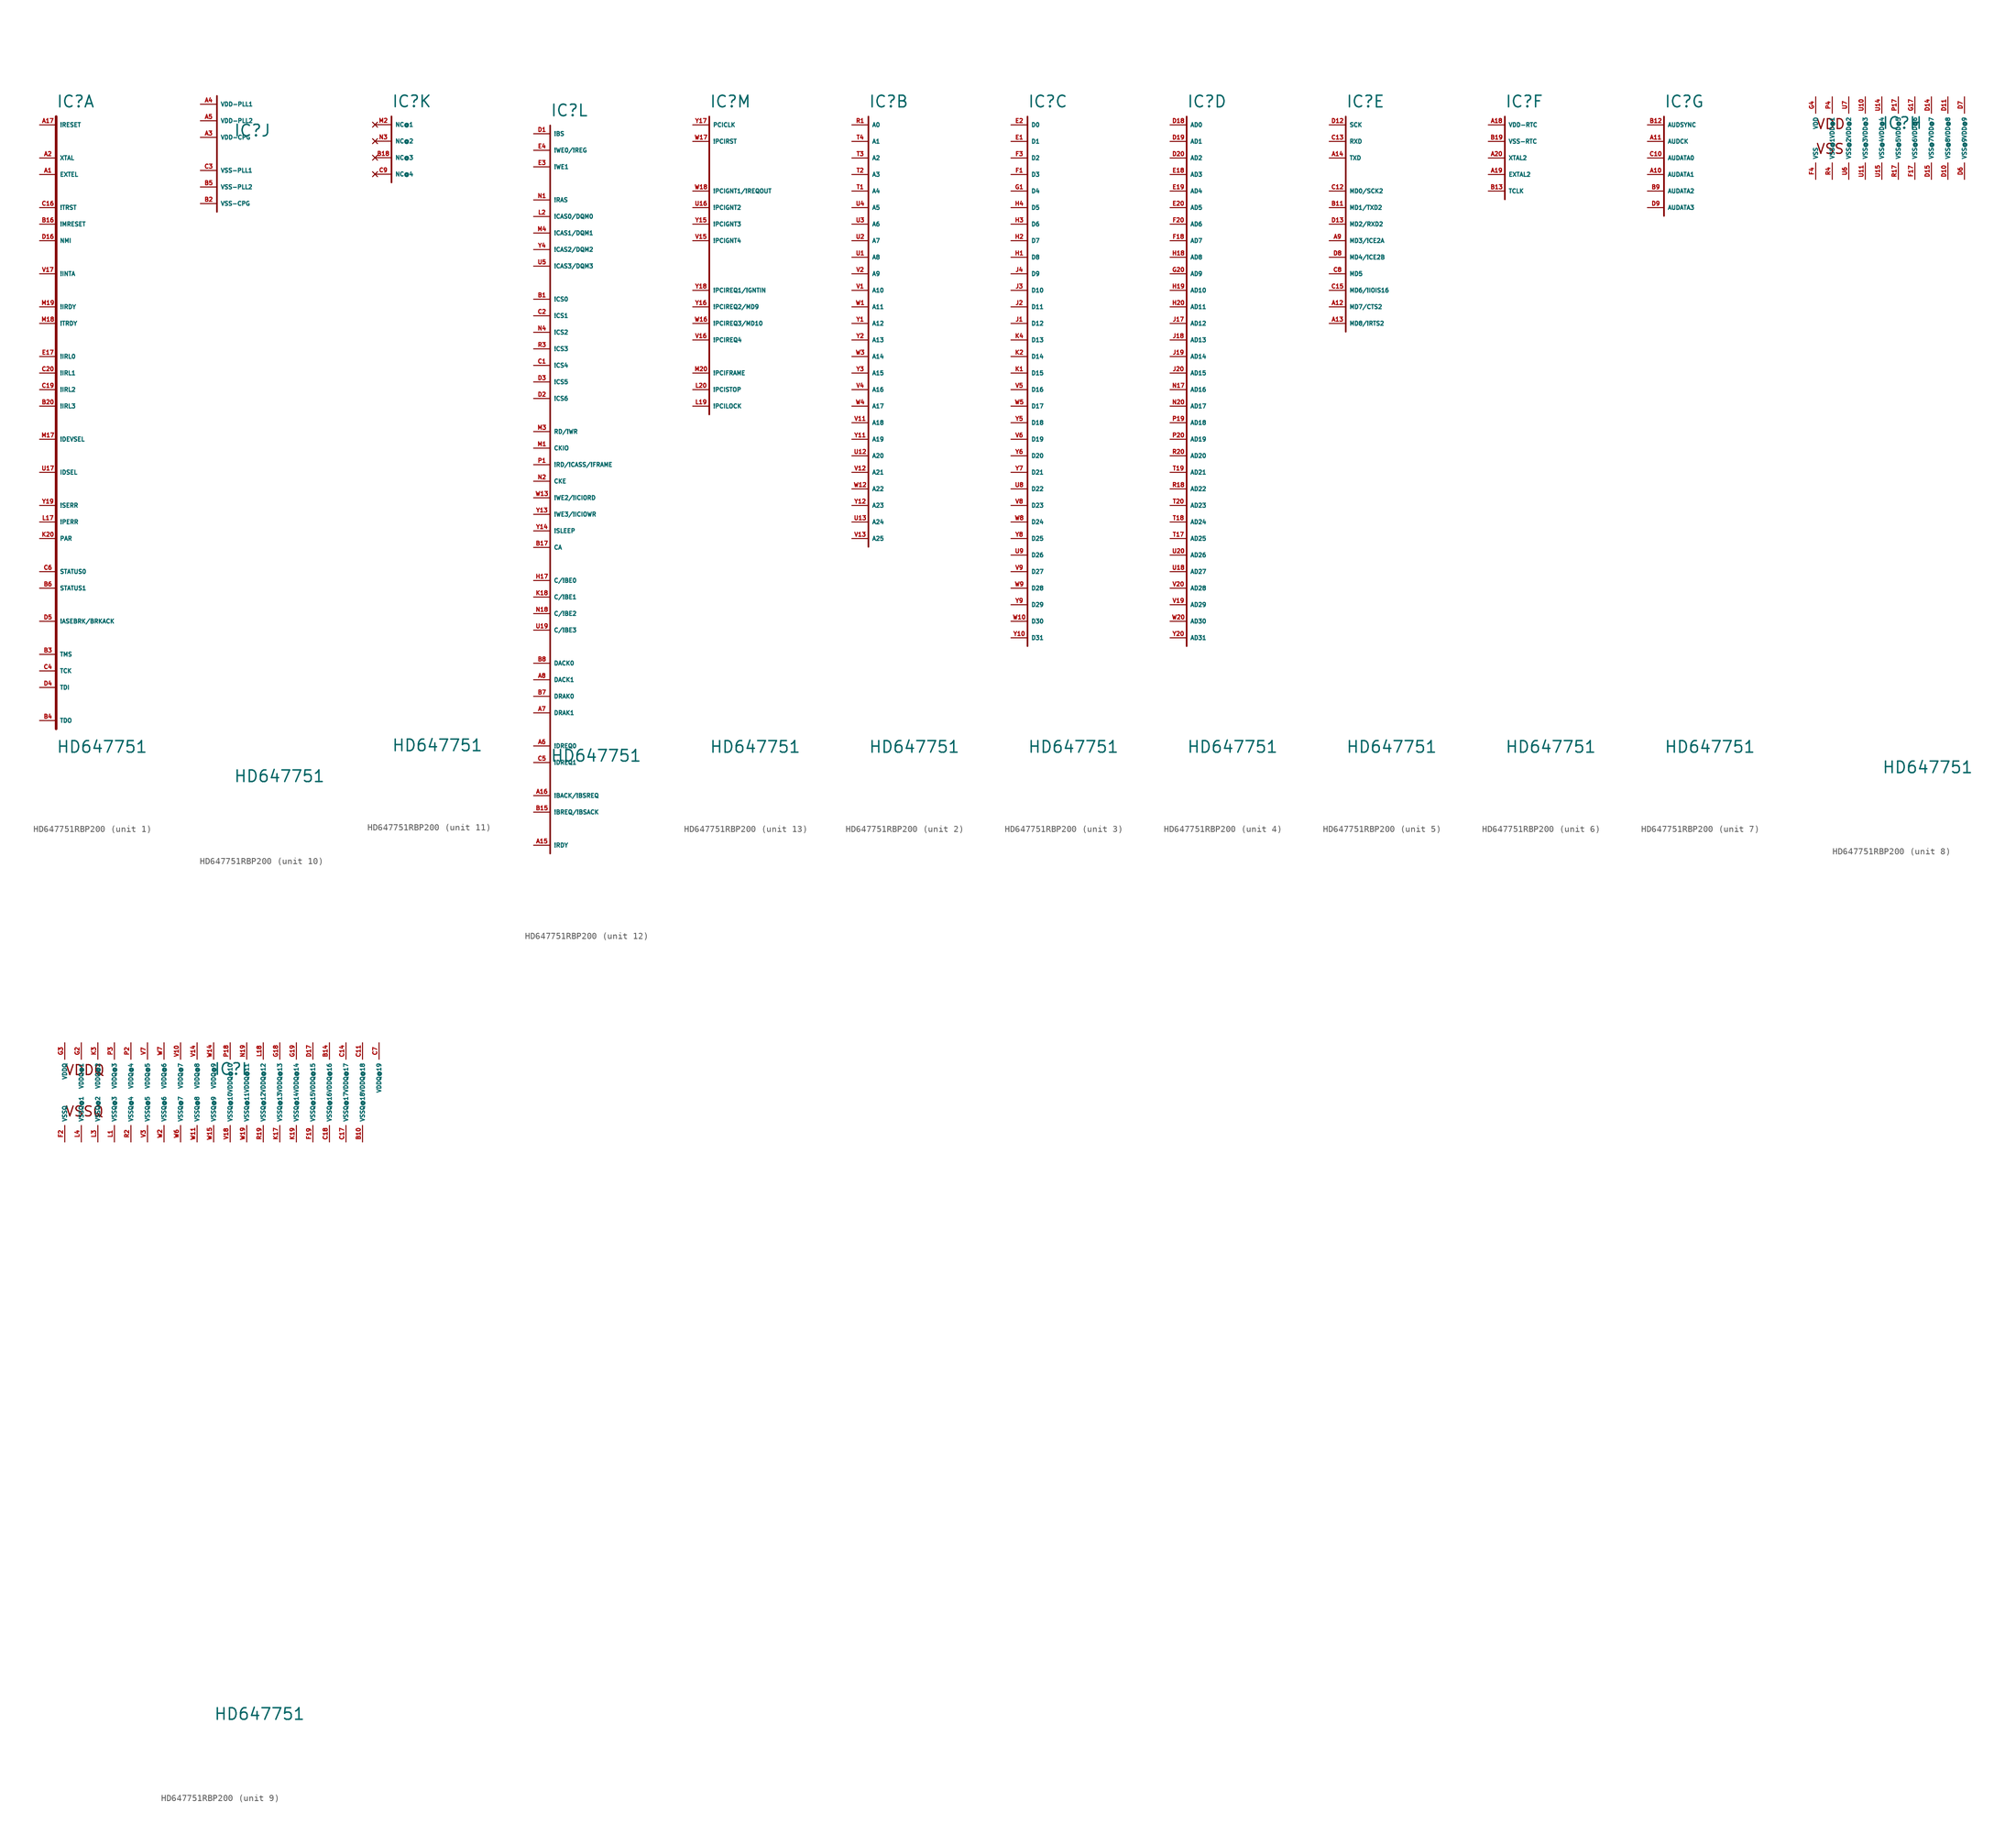
<source format=kicad_sym>
(kicad_symbol_lib
  (version 20220914)
  (generator Eagle2Kicad)
  (symbol "HD647751RBP200"
    (property "Reference" "IC"
      (at 0 2.54 0)
      (effects (font (size 1.778 1.778) (thickness 0.22)) (justify left bottom)))
    (property "Value" "HD647751"
      (at 0 -96.52 0)
      (effects (font (size 1.778 1.778) (thickness 0.22)) (justify left bottom)))
    (symbol "HD647751RBP200_1_0"
      (polyline (pts (xy 0 1.27) (xy 0 -92.71)) (stroke (width 0.406) (type default)) (fill (type none)))
      (pin input line (at -2.54 -81.28 0) (length 2.54) (name "TMS" (effects (font (size 0.635 0.635) (thickness 0.08)) (justify left bottom))) (number "B3" (effects (font (size 0.635 0.635) (thickness 0.08)) (justify left bottom))))
      (pin input line (at -2.54 -83.82 0) (length 2.54) (name "TCK" (effects (font (size 0.635 0.635) (thickness 0.08)) (justify left bottom))) (number "C4" (effects (font (size 0.635 0.635) (thickness 0.08)) (justify left bottom))))
      (pin input line (at -2.54 -86.36 0) (length 2.54) (name "TDI" (effects (font (size 0.635 0.635) (thickness 0.08)) (justify left bottom))) (number "D4" (effects (font (size 0.635 0.635) (thickness 0.08)) (justify left bottom))))
      (pin input line (at -2.54 -53.34 0) (length 2.54) (name "IDSEL" (effects (font (size 0.635 0.635) (thickness 0.08)) (justify left bottom))) (number "U17" (effects (font (size 0.635 0.635) (thickness 0.08)) (justify left bottom))))
      (pin output line (at -2.54 -22.86 0) (length 2.54) (name "!INTA" (effects (font (size 0.635 0.635) (thickness 0.08)) (justify left bottom))) (number "V17" (effects (font (size 0.635 0.635) (thickness 0.08)) (justify left bottom))))
      (pin bidirectional line (at -2.54 -58.42 0) (length 2.54) (name "!SERR" (effects (font (size 0.635 0.635) (thickness 0.08)) (justify left bottom))) (number "Y19" (effects (font (size 0.635 0.635) (thickness 0.08)) (justify left bottom))))
      (pin bidirectional line (at -2.54 -27.94 0) (length 2.54) (name "!IRDY" (effects (font (size 0.635 0.635) (thickness 0.08)) (justify left bottom))) (number "M19" (effects (font (size 0.635 0.635) (thickness 0.08)) (justify left bottom))))
      (pin bidirectional line (at -2.54 -30.48 0) (length 2.54) (name "!TRDY" (effects (font (size 0.635 0.635) (thickness 0.08)) (justify left bottom))) (number "M18" (effects (font (size 0.635 0.635) (thickness 0.08)) (justify left bottom))))
      (pin bidirectional line (at -2.54 -48.26 0) (length 2.54) (name "!DEVSEL" (effects (font (size 0.635 0.635) (thickness 0.08)) (justify left bottom))) (number "M17" (effects (font (size 0.635 0.635) (thickness 0.08)) (justify left bottom))))
      (pin bidirectional line (at -2.54 -60.96 0) (length 2.54) (name "!PERR" (effects (font (size 0.635 0.635) (thickness 0.08)) (justify left bottom))) (number "L17" (effects (font (size 0.635 0.635) (thickness 0.08)) (justify left bottom))))
      (pin bidirectional line (at -2.54 -63.5 0) (length 2.54) (name "PAR" (effects (font (size 0.635 0.635) (thickness 0.08)) (justify left bottom))) (number "K20" (effects (font (size 0.635 0.635) (thickness 0.08)) (justify left bottom))))
      (pin input line (at -2.54 -35.56 0) (length 2.54) (name "!IRL0" (effects (font (size 0.635 0.635) (thickness 0.08)) (justify left bottom))) (number "E17" (effects (font (size 0.635 0.635) (thickness 0.08)) (justify left bottom))))
      (pin input line (at -2.54 -38.1 0) (length 2.54) (name "!IRL1" (effects (font (size 0.635 0.635) (thickness 0.08)) (justify left bottom))) (number "C20" (effects (font (size 0.635 0.635) (thickness 0.08)) (justify left bottom))))
      (pin input line (at -2.54 -40.64 0) (length 2.54) (name "!IRL2" (effects (font (size 0.635 0.635) (thickness 0.08)) (justify left bottom))) (number "C19" (effects (font (size 0.635 0.635) (thickness 0.08)) (justify left bottom))))
      (pin input line (at -2.54 -43.18 0) (length 2.54) (name "!IRL3" (effects (font (size 0.635 0.635) (thickness 0.08)) (justify left bottom))) (number "B20" (effects (font (size 0.635 0.635) (thickness 0.08)) (justify left bottom))))
      (pin input line (at -2.54 0 0) (length 2.54) (name "!RESET" (effects (font (size 0.635 0.635) (thickness 0.08)) (justify left bottom))) (number "A17" (effects (font (size 0.635 0.635) (thickness 0.08)) (justify left bottom))))
      (pin input line (at -2.54 -12.7 0) (length 2.54) (name "!TRST" (effects (font (size 0.635 0.635) (thickness 0.08)) (justify left bottom))) (number "C16" (effects (font (size 0.635 0.635) (thickness 0.08)) (justify left bottom))))
      (pin input line (at -2.54 -15.24 0) (length 2.54) (name "!MRESET" (effects (font (size 0.635 0.635) (thickness 0.08)) (justify left bottom))) (number "B16" (effects (font (size 0.635 0.635) (thickness 0.08)) (justify left bottom))))
      (pin input line (at -2.54 -17.78 0) (length 2.54) (name "NMI" (effects (font (size 0.635 0.635) (thickness 0.08)) (justify left bottom))) (number "D16" (effects (font (size 0.635 0.635) (thickness 0.08)) (justify left bottom))))
      (pin output line (at -2.54 -68.58 0) (length 2.54) (name "STATUS0" (effects (font (size 0.635 0.635) (thickness 0.08)) (justify left bottom))) (number "C6" (effects (font (size 0.635 0.635) (thickness 0.08)) (justify left bottom))))
      (pin output line (at -2.54 -71.12 0) (length 2.54) (name "STATUS1" (effects (font (size 0.635 0.635) (thickness 0.08)) (justify left bottom))) (number "B6" (effects (font (size 0.635 0.635) (thickness 0.08)) (justify left bottom))))
      (pin bidirectional line (at -2.54 -76.2 0) (length 2.54) (name "!ASEBRK/BRKACK" (effects (font (size 0.635 0.635) (thickness 0.08)) (justify left bottom))) (number "D5" (effects (font (size 0.635 0.635) (thickness 0.08)) (justify left bottom))))
      (pin output line (at -2.54 -91.44 0) (length 2.54) (name "TDO" (effects (font (size 0.635 0.635) (thickness 0.08)) (justify left bottom))) (number "B4" (effects (font (size 0.635 0.635) (thickness 0.08)) (justify left bottom))))
      (pin output line (at -2.54 -5.08 0) (length 2.54) (name "XTAL" (effects (font (size 0.635 0.635) (thickness 0.08)) (justify left bottom))) (number "A2" (effects (font (size 0.635 0.635) (thickness 0.08)) (justify left bottom))))
      (pin input line (at -2.54 -7.62 0) (length 2.54) (name "EXTEL" (effects (font (size 0.635 0.635) (thickness 0.08)) (justify left bottom))) (number "A1" (effects (font (size 0.635 0.635) (thickness 0.08)) (justify left bottom)))))
    (symbol "HD647751RBP200_2_0"
      (polyline (pts (xy 0 1.27) (xy 0 -64.77)) (stroke (width 0.254) (type default)) (fill (type none)))
      (pin output line (at -2.54 0 0) (length 2.54) (name "A0" (effects (font (size 0.635 0.635) (thickness 0.08)) (justify left bottom))) (number "R1" (effects (font (size 0.635 0.635) (thickness 0.08)) (justify left bottom))))
      (pin output line (at -2.54 -2.54 0) (length 2.54) (name "A1" (effects (font (size 0.635 0.635) (thickness 0.08)) (justify left bottom))) (number "T4" (effects (font (size 0.635 0.635) (thickness 0.08)) (justify left bottom))))
      (pin output line (at -2.54 -5.08 0) (length 2.54) (name "A2" (effects (font (size 0.635 0.635) (thickness 0.08)) (justify left bottom))) (number "T3" (effects (font (size 0.635 0.635) (thickness 0.08)) (justify left bottom))))
      (pin output line (at -2.54 -7.62 0) (length 2.54) (name "A3" (effects (font (size 0.635 0.635) (thickness 0.08)) (justify left bottom))) (number "T2" (effects (font (size 0.635 0.635) (thickness 0.08)) (justify left bottom))))
      (pin output line (at -2.54 -10.16 0) (length 2.54) (name "A4" (effects (font (size 0.635 0.635) (thickness 0.08)) (justify left bottom))) (number "T1" (effects (font (size 0.635 0.635) (thickness 0.08)) (justify left bottom))))
      (pin output line (at -2.54 -12.7 0) (length 2.54) (name "A5" (effects (font (size 0.635 0.635) (thickness 0.08)) (justify left bottom))) (number "U4" (effects (font (size 0.635 0.635) (thickness 0.08)) (justify left bottom))))
      (pin output line (at -2.54 -15.24 0) (length 2.54) (name "A6" (effects (font (size 0.635 0.635) (thickness 0.08)) (justify left bottom))) (number "U3" (effects (font (size 0.635 0.635) (thickness 0.08)) (justify left bottom))))
      (pin output line (at -2.54 -17.78 0) (length 2.54) (name "A7" (effects (font (size 0.635 0.635) (thickness 0.08)) (justify left bottom))) (number "U2" (effects (font (size 0.635 0.635) (thickness 0.08)) (justify left bottom))))
      (pin output line (at -2.54 -20.32 0) (length 2.54) (name "A8" (effects (font (size 0.635 0.635) (thickness 0.08)) (justify left bottom))) (number "U1" (effects (font (size 0.635 0.635) (thickness 0.08)) (justify left bottom))))
      (pin output line (at -2.54 -22.86 0) (length 2.54) (name "A9" (effects (font (size 0.635 0.635) (thickness 0.08)) (justify left bottom))) (number "V2" (effects (font (size 0.635 0.635) (thickness 0.08)) (justify left bottom))))
      (pin output line (at -2.54 -25.4 0) (length 2.54) (name "A10" (effects (font (size 0.635 0.635) (thickness 0.08)) (justify left bottom))) (number "V1" (effects (font (size 0.635 0.635) (thickness 0.08)) (justify left bottom))))
      (pin output line (at -2.54 -27.94 0) (length 2.54) (name "A11" (effects (font (size 0.635 0.635) (thickness 0.08)) (justify left bottom))) (number "W1" (effects (font (size 0.635 0.635) (thickness 0.08)) (justify left bottom))))
      (pin output line (at -2.54 -30.48 0) (length 2.54) (name "A12" (effects (font (size 0.635 0.635) (thickness 0.08)) (justify left bottom))) (number "Y1" (effects (font (size 0.635 0.635) (thickness 0.08)) (justify left bottom))))
      (pin output line (at -2.54 -33.02 0) (length 2.54) (name "A13" (effects (font (size 0.635 0.635) (thickness 0.08)) (justify left bottom))) (number "Y2" (effects (font (size 0.635 0.635) (thickness 0.08)) (justify left bottom))))
      (pin output line (at -2.54 -35.56 0) (length 2.54) (name "A14" (effects (font (size 0.635 0.635) (thickness 0.08)) (justify left bottom))) (number "W3" (effects (font (size 0.635 0.635) (thickness 0.08)) (justify left bottom))))
      (pin output line (at -2.54 -38.1 0) (length 2.54) (name "A15" (effects (font (size 0.635 0.635) (thickness 0.08)) (justify left bottom))) (number "Y3" (effects (font (size 0.635 0.635) (thickness 0.08)) (justify left bottom))))
      (pin output line (at -2.54 -40.64 0) (length 2.54) (name "A16" (effects (font (size 0.635 0.635) (thickness 0.08)) (justify left bottom))) (number "V4" (effects (font (size 0.635 0.635) (thickness 0.08)) (justify left bottom))))
      (pin output line (at -2.54 -43.18 0) (length 2.54) (name "A17" (effects (font (size 0.635 0.635) (thickness 0.08)) (justify left bottom))) (number "W4" (effects (font (size 0.635 0.635) (thickness 0.08)) (justify left bottom))))
      (pin output line (at -2.54 -45.72 0) (length 2.54) (name "A18" (effects (font (size 0.635 0.635) (thickness 0.08)) (justify left bottom))) (number "V11" (effects (font (size 0.635 0.635) (thickness 0.08)) (justify left bottom))))
      (pin output line (at -2.54 -48.26 0) (length 2.54) (name "A19" (effects (font (size 0.635 0.635) (thickness 0.08)) (justify left bottom))) (number "Y11" (effects (font (size 0.635 0.635) (thickness 0.08)) (justify left bottom))))
      (pin output line (at -2.54 -50.8 0) (length 2.54) (name "A20" (effects (font (size 0.635 0.635) (thickness 0.08)) (justify left bottom))) (number "U12" (effects (font (size 0.635 0.635) (thickness 0.08)) (justify left bottom))))
      (pin output line (at -2.54 -53.34 0) (length 2.54) (name "A21" (effects (font (size 0.635 0.635) (thickness 0.08)) (justify left bottom))) (number "V12" (effects (font (size 0.635 0.635) (thickness 0.08)) (justify left bottom))))
      (pin output line (at -2.54 -55.88 0) (length 2.54) (name "A22" (effects (font (size 0.635 0.635) (thickness 0.08)) (justify left bottom))) (number "W12" (effects (font (size 0.635 0.635) (thickness 0.08)) (justify left bottom))))
      (pin output line (at -2.54 -58.42 0) (length 2.54) (name "A23" (effects (font (size 0.635 0.635) (thickness 0.08)) (justify left bottom))) (number "Y12" (effects (font (size 0.635 0.635) (thickness 0.08)) (justify left bottom))))
      (pin output line (at -2.54 -60.96 0) (length 2.54) (name "A24" (effects (font (size 0.635 0.635) (thickness 0.08)) (justify left bottom))) (number "U13" (effects (font (size 0.635 0.635) (thickness 0.08)) (justify left bottom))))
      (pin output line (at -2.54 -63.5 0) (length 2.54) (name "A25" (effects (font (size 0.635 0.635) (thickness 0.08)) (justify left bottom))) (number "V13" (effects (font (size 0.635 0.635) (thickness 0.08)) (justify left bottom)))))
    (symbol "HD647751RBP200_3_0"
      (polyline (pts (xy 0 1.27) (xy 0 -80.01)) (stroke (width 0.254) (type default)) (fill (type none)))
      (pin bidirectional line (at -2.54 0 0) (length 2.54) (name "D0" (effects (font (size 0.635 0.635) (thickness 0.08)) (justify left bottom))) (number "E2" (effects (font (size 0.635 0.635) (thickness 0.08)) (justify left bottom))))
      (pin bidirectional line (at -2.54 -2.54 0) (length 2.54) (name "D1" (effects (font (size 0.635 0.635) (thickness 0.08)) (justify left bottom))) (number "E1" (effects (font (size 0.635 0.635) (thickness 0.08)) (justify left bottom))))
      (pin bidirectional line (at -2.54 -5.08 0) (length 2.54) (name "D2" (effects (font (size 0.635 0.635) (thickness 0.08)) (justify left bottom))) (number "F3" (effects (font (size 0.635 0.635) (thickness 0.08)) (justify left bottom))))
      (pin bidirectional line (at -2.54 -7.62 0) (length 2.54) (name "D3" (effects (font (size 0.635 0.635) (thickness 0.08)) (justify left bottom))) (number "F1" (effects (font (size 0.635 0.635) (thickness 0.08)) (justify left bottom))))
      (pin bidirectional line (at -2.54 -10.16 0) (length 2.54) (name "D4" (effects (font (size 0.635 0.635) (thickness 0.08)) (justify left bottom))) (number "G1" (effects (font (size 0.635 0.635) (thickness 0.08)) (justify left bottom))))
      (pin bidirectional line (at -2.54 -12.7 0) (length 2.54) (name "D5" (effects (font (size 0.635 0.635) (thickness 0.08)) (justify left bottom))) (number "H4" (effects (font (size 0.635 0.635) (thickness 0.08)) (justify left bottom))))
      (pin bidirectional line (at -2.54 -15.24 0) (length 2.54) (name "D6" (effects (font (size 0.635 0.635) (thickness 0.08)) (justify left bottom))) (number "H3" (effects (font (size 0.635 0.635) (thickness 0.08)) (justify left bottom))))
      (pin bidirectional line (at -2.54 -17.78 0) (length 2.54) (name "D7" (effects (font (size 0.635 0.635) (thickness 0.08)) (justify left bottom))) (number "H2" (effects (font (size 0.635 0.635) (thickness 0.08)) (justify left bottom))))
      (pin bidirectional line (at -2.54 -20.32 0) (length 2.54) (name "D8" (effects (font (size 0.635 0.635) (thickness 0.08)) (justify left bottom))) (number "H1" (effects (font (size 0.635 0.635) (thickness 0.08)) (justify left bottom))))
      (pin bidirectional line (at -2.54 -22.86 0) (length 2.54) (name "D9" (effects (font (size 0.635 0.635) (thickness 0.08)) (justify left bottom))) (number "J4" (effects (font (size 0.635 0.635) (thickness 0.08)) (justify left bottom))))
      (pin bidirectional line (at -2.54 -25.4 0) (length 2.54) (name "D10" (effects (font (size 0.635 0.635) (thickness 0.08)) (justify left bottom))) (number "J3" (effects (font (size 0.635 0.635) (thickness 0.08)) (justify left bottom))))
      (pin bidirectional line (at -2.54 -27.94 0) (length 2.54) (name "D11" (effects (font (size 0.635 0.635) (thickness 0.08)) (justify left bottom))) (number "J2" (effects (font (size 0.635 0.635) (thickness 0.08)) (justify left bottom))))
      (pin bidirectional line (at -2.54 -30.48 0) (length 2.54) (name "D12" (effects (font (size 0.635 0.635) (thickness 0.08)) (justify left bottom))) (number "J1" (effects (font (size 0.635 0.635) (thickness 0.08)) (justify left bottom))))
      (pin bidirectional line (at -2.54 -33.02 0) (length 2.54) (name "D13" (effects (font (size 0.635 0.635) (thickness 0.08)) (justify left bottom))) (number "K4" (effects (font (size 0.635 0.635) (thickness 0.08)) (justify left bottom))))
      (pin bidirectional line (at -2.54 -35.56 0) (length 2.54) (name "D14" (effects (font (size 0.635 0.635) (thickness 0.08)) (justify left bottom))) (number "K2" (effects (font (size 0.635 0.635) (thickness 0.08)) (justify left bottom))))
      (pin bidirectional line (at -2.54 -38.1 0) (length 2.54) (name "D15" (effects (font (size 0.635 0.635) (thickness 0.08)) (justify left bottom))) (number "K1" (effects (font (size 0.635 0.635) (thickness 0.08)) (justify left bottom))))
      (pin bidirectional line (at -2.54 -40.64 0) (length 2.54) (name "D16" (effects (font (size 0.635 0.635) (thickness 0.08)) (justify left bottom))) (number "V5" (effects (font (size 0.635 0.635) (thickness 0.08)) (justify left bottom))))
      (pin bidirectional line (at -2.54 -43.18 0) (length 2.54) (name "D17" (effects (font (size 0.635 0.635) (thickness 0.08)) (justify left bottom))) (number "W5" (effects (font (size 0.635 0.635) (thickness 0.08)) (justify left bottom))))
      (pin bidirectional line (at -2.54 -45.72 0) (length 2.54) (name "D18" (effects (font (size 0.635 0.635) (thickness 0.08)) (justify left bottom))) (number "Y5" (effects (font (size 0.635 0.635) (thickness 0.08)) (justify left bottom))))
      (pin bidirectional line (at -2.54 -48.26 0) (length 2.54) (name "D19" (effects (font (size 0.635 0.635) (thickness 0.08)) (justify left bottom))) (number "V6" (effects (font (size 0.635 0.635) (thickness 0.08)) (justify left bottom))))
      (pin bidirectional line (at -2.54 -50.8 0) (length 2.54) (name "D20" (effects (font (size 0.635 0.635) (thickness 0.08)) (justify left bottom))) (number "Y6" (effects (font (size 0.635 0.635) (thickness 0.08)) (justify left bottom))))
      (pin bidirectional line (at -2.54 -53.34 0) (length 2.54) (name "D21" (effects (font (size 0.635 0.635) (thickness 0.08)) (justify left bottom))) (number "Y7" (effects (font (size 0.635 0.635) (thickness 0.08)) (justify left bottom))))
      (pin bidirectional line (at -2.54 -55.88 0) (length 2.54) (name "D22" (effects (font (size 0.635 0.635) (thickness 0.08)) (justify left bottom))) (number "U8" (effects (font (size 0.635 0.635) (thickness 0.08)) (justify left bottom))))
      (pin bidirectional line (at -2.54 -58.42 0) (length 2.54) (name "D23" (effects (font (size 0.635 0.635) (thickness 0.08)) (justify left bottom))) (number "V8" (effects (font (size 0.635 0.635) (thickness 0.08)) (justify left bottom))))
      (pin bidirectional line (at -2.54 -60.96 0) (length 2.54) (name "D24" (effects (font (size 0.635 0.635) (thickness 0.08)) (justify left bottom))) (number "W8" (effects (font (size 0.635 0.635) (thickness 0.08)) (justify left bottom))))
      (pin bidirectional line (at -2.54 -63.5 0) (length 2.54) (name "D25" (effects (font (size 0.635 0.635) (thickness 0.08)) (justify left bottom))) (number "Y8" (effects (font (size 0.635 0.635) (thickness 0.08)) (justify left bottom))))
      (pin bidirectional line (at -2.54 -66.04 0) (length 2.54) (name "D26" (effects (font (size 0.635 0.635) (thickness 0.08)) (justify left bottom))) (number "U9" (effects (font (size 0.635 0.635) (thickness 0.08)) (justify left bottom))))
      (pin bidirectional line (at -2.54 -68.58 0) (length 2.54) (name "D27" (effects (font (size 0.635 0.635) (thickness 0.08)) (justify left bottom))) (number "V9" (effects (font (size 0.635 0.635) (thickness 0.08)) (justify left bottom))))
      (pin bidirectional line (at -2.54 -71.12 0) (length 2.54) (name "D28" (effects (font (size 0.635 0.635) (thickness 0.08)) (justify left bottom))) (number "W9" (effects (font (size 0.635 0.635) (thickness 0.08)) (justify left bottom))))
      (pin bidirectional line (at -2.54 -73.66 0) (length 2.54) (name "D29" (effects (font (size 0.635 0.635) (thickness 0.08)) (justify left bottom))) (number "Y9" (effects (font (size 0.635 0.635) (thickness 0.08)) (justify left bottom))))
      (pin bidirectional line (at -2.54 -76.2 0) (length 2.54) (name "D30" (effects (font (size 0.635 0.635) (thickness 0.08)) (justify left bottom))) (number "W10" (effects (font (size 0.635 0.635) (thickness 0.08)) (justify left bottom))))
      (pin bidirectional line (at -2.54 -78.74 0) (length 2.54) (name "D31" (effects (font (size 0.635 0.635) (thickness 0.08)) (justify left bottom))) (number "Y10" (effects (font (size 0.635 0.635) (thickness 0.08)) (justify left bottom)))))
    (symbol "HD647751RBP200_4_0"
      (polyline (pts (xy 0 1.27) (xy 0 -80.01)) (stroke (width 0.254) (type default)) (fill (type none)))
      (pin bidirectional line (at -2.54 0 0) (length 2.54) (name "AD0" (effects (font (size 0.635 0.635) (thickness 0.08)) (justify left bottom))) (number "D18" (effects (font (size 0.635 0.635) (thickness 0.08)) (justify left bottom))))
      (pin bidirectional line (at -2.54 -2.54 0) (length 2.54) (name "AD1" (effects (font (size 0.635 0.635) (thickness 0.08)) (justify left bottom))) (number "D19" (effects (font (size 0.635 0.635) (thickness 0.08)) (justify left bottom))))
      (pin bidirectional line (at -2.54 -5.08 0) (length 2.54) (name "AD2" (effects (font (size 0.635 0.635) (thickness 0.08)) (justify left bottom))) (number "D20" (effects (font (size 0.635 0.635) (thickness 0.08)) (justify left bottom))))
      (pin bidirectional line (at -2.54 -7.62 0) (length 2.54) (name "AD3" (effects (font (size 0.635 0.635) (thickness 0.08)) (justify left bottom))) (number "E18" (effects (font (size 0.635 0.635) (thickness 0.08)) (justify left bottom))))
      (pin bidirectional line (at -2.54 -10.16 0) (length 2.54) (name "AD4" (effects (font (size 0.635 0.635) (thickness 0.08)) (justify left bottom))) (number "E19" (effects (font (size 0.635 0.635) (thickness 0.08)) (justify left bottom))))
      (pin bidirectional line (at -2.54 -12.7 0) (length 2.54) (name "AD5" (effects (font (size 0.635 0.635) (thickness 0.08)) (justify left bottom))) (number "E20" (effects (font (size 0.635 0.635) (thickness 0.08)) (justify left bottom))))
      (pin bidirectional line (at -2.54 -15.24 0) (length 2.54) (name "AD6" (effects (font (size 0.635 0.635) (thickness 0.08)) (justify left bottom))) (number "F20" (effects (font (size 0.635 0.635) (thickness 0.08)) (justify left bottom))))
      (pin bidirectional line (at -2.54 -17.78 0) (length 2.54) (name "AD7" (effects (font (size 0.635 0.635) (thickness 0.08)) (justify left bottom))) (number "F18" (effects (font (size 0.635 0.635) (thickness 0.08)) (justify left bottom))))
      (pin bidirectional line (at -2.54 -20.32 0) (length 2.54) (name "AD8" (effects (font (size 0.635 0.635) (thickness 0.08)) (justify left bottom))) (number "H18" (effects (font (size 0.635 0.635) (thickness 0.08)) (justify left bottom))))
      (pin bidirectional line (at -2.54 -22.86 0) (length 2.54) (name "AD9" (effects (font (size 0.635 0.635) (thickness 0.08)) (justify left bottom))) (number "G20" (effects (font (size 0.635 0.635) (thickness 0.08)) (justify left bottom))))
      (pin bidirectional line (at -2.54 -25.4 0) (length 2.54) (name "AD10" (effects (font (size 0.635 0.635) (thickness 0.08)) (justify left bottom))) (number "H19" (effects (font (size 0.635 0.635) (thickness 0.08)) (justify left bottom))))
      (pin bidirectional line (at -2.54 -27.94 0) (length 2.54) (name "AD11" (effects (font (size 0.635 0.635) (thickness 0.08)) (justify left bottom))) (number "H20" (effects (font (size 0.635 0.635) (thickness 0.08)) (justify left bottom))))
      (pin bidirectional line (at -2.54 -30.48 0) (length 2.54) (name "AD12" (effects (font (size 0.635 0.635) (thickness 0.08)) (justify left bottom))) (number "J17" (effects (font (size 0.635 0.635) (thickness 0.08)) (justify left bottom))))
      (pin bidirectional line (at -2.54 -33.02 0) (length 2.54) (name "AD13" (effects (font (size 0.635 0.635) (thickness 0.08)) (justify left bottom))) (number "J18" (effects (font (size 0.635 0.635) (thickness 0.08)) (justify left bottom))))
      (pin bidirectional line (at -2.54 -35.56 0) (length 2.54) (name "AD14" (effects (font (size 0.635 0.635) (thickness 0.08)) (justify left bottom))) (number "J19" (effects (font (size 0.635 0.635) (thickness 0.08)) (justify left bottom))))
      (pin bidirectional line (at -2.54 -38.1 0) (length 2.54) (name "AD15" (effects (font (size 0.635 0.635) (thickness 0.08)) (justify left bottom))) (number "J20" (effects (font (size 0.635 0.635) (thickness 0.08)) (justify left bottom))))
      (pin bidirectional line (at -2.54 -40.64 0) (length 2.54) (name "AD16" (effects (font (size 0.635 0.635) (thickness 0.08)) (justify left bottom))) (number "N17" (effects (font (size 0.635 0.635) (thickness 0.08)) (justify left bottom))))
      (pin bidirectional line (at -2.54 -43.18 0) (length 2.54) (name "AD17" (effects (font (size 0.635 0.635) (thickness 0.08)) (justify left bottom))) (number "N20" (effects (font (size 0.635 0.635) (thickness 0.08)) (justify left bottom))))
      (pin bidirectional line (at -2.54 -45.72 0) (length 2.54) (name "AD18" (effects (font (size 0.635 0.635) (thickness 0.08)) (justify left bottom))) (number "P19" (effects (font (size 0.635 0.635) (thickness 0.08)) (justify left bottom))))
      (pin bidirectional line (at -2.54 -48.26 0) (length 2.54) (name "AD19" (effects (font (size 0.635 0.635) (thickness 0.08)) (justify left bottom))) (number "P20" (effects (font (size 0.635 0.635) (thickness 0.08)) (justify left bottom))))
      (pin bidirectional line (at -2.54 -50.8 0) (length 2.54) (name "AD20" (effects (font (size 0.635 0.635) (thickness 0.08)) (justify left bottom))) (number "R20" (effects (font (size 0.635 0.635) (thickness 0.08)) (justify left bottom))))
      (pin bidirectional line (at -2.54 -53.34 0) (length 2.54) (name "AD21" (effects (font (size 0.635 0.635) (thickness 0.08)) (justify left bottom))) (number "T19" (effects (font (size 0.635 0.635) (thickness 0.08)) (justify left bottom))))
      (pin bidirectional line (at -2.54 -55.88 0) (length 2.54) (name "AD22" (effects (font (size 0.635 0.635) (thickness 0.08)) (justify left bottom))) (number "R18" (effects (font (size 0.635 0.635) (thickness 0.08)) (justify left bottom))))
      (pin bidirectional line (at -2.54 -58.42 0) (length 2.54) (name "AD23" (effects (font (size 0.635 0.635) (thickness 0.08)) (justify left bottom))) (number "T20" (effects (font (size 0.635 0.635) (thickness 0.08)) (justify left bottom))))
      (pin bidirectional line (at -2.54 -60.96 0) (length 2.54) (name "AD24" (effects (font (size 0.635 0.635) (thickness 0.08)) (justify left bottom))) (number "T18" (effects (font (size 0.635 0.635) (thickness 0.08)) (justify left bottom))))
      (pin bidirectional line (at -2.54 -63.5 0) (length 2.54) (name "AD25" (effects (font (size 0.635 0.635) (thickness 0.08)) (justify left bottom))) (number "T17" (effects (font (size 0.635 0.635) (thickness 0.08)) (justify left bottom))))
      (pin bidirectional line (at -2.54 -66.04 0) (length 2.54) (name "AD26" (effects (font (size 0.635 0.635) (thickness 0.08)) (justify left bottom))) (number "U20" (effects (font (size 0.635 0.635) (thickness 0.08)) (justify left bottom))))
      (pin bidirectional line (at -2.54 -68.58 0) (length 2.54) (name "AD27" (effects (font (size 0.635 0.635) (thickness 0.08)) (justify left bottom))) (number "U18" (effects (font (size 0.635 0.635) (thickness 0.08)) (justify left bottom))))
      (pin bidirectional line (at -2.54 -71.12 0) (length 2.54) (name "AD28" (effects (font (size 0.635 0.635) (thickness 0.08)) (justify left bottom))) (number "V20" (effects (font (size 0.635 0.635) (thickness 0.08)) (justify left bottom))))
      (pin bidirectional line (at -2.54 -73.66 0) (length 2.54) (name "AD29" (effects (font (size 0.635 0.635) (thickness 0.08)) (justify left bottom))) (number "V19" (effects (font (size 0.635 0.635) (thickness 0.08)) (justify left bottom))))
      (pin bidirectional line (at -2.54 -76.2 0) (length 2.54) (name "AD30" (effects (font (size 0.635 0.635) (thickness 0.08)) (justify left bottom))) (number "W20" (effects (font (size 0.635 0.635) (thickness 0.08)) (justify left bottom))))
      (pin bidirectional line (at -2.54 -78.74 0) (length 2.54) (name "AD31" (effects (font (size 0.635 0.635) (thickness 0.08)) (justify left bottom))) (number "Y20" (effects (font (size 0.635 0.635) (thickness 0.08)) (justify left bottom)))))
    (symbol "HD647751RBP200_5_0"
      (polyline (pts (xy 0 1.27) (xy 0 -31.75)) (stroke (width 0.254) (type default)) (fill (type none)))
      (pin output line (at -2.54 -5.08 0) (length 2.54) (name "TXD" (effects (font (size 0.635 0.635) (thickness 0.08)) (justify left bottom))) (number "A14" (effects (font (size 0.635 0.635) (thickness 0.08)) (justify left bottom))))
      (pin input line (at -2.54 -15.24 0) (length 2.54) (name "MD2/RXD2" (effects (font (size 0.635 0.635) (thickness 0.08)) (justify left bottom))) (number "D13" (effects (font (size 0.635 0.635) (thickness 0.08)) (justify left bottom))))
      (pin input line (at -2.54 -2.54 0) (length 2.54) (name "RXD" (effects (font (size 0.635 0.635) (thickness 0.08)) (justify left bottom))) (number "C13" (effects (font (size 0.635 0.635) (thickness 0.08)) (justify left bottom))))
      (pin bidirectional line (at -2.54 -30.48 0) (length 2.54) (name "MD8/!RTS2" (effects (font (size 0.635 0.635) (thickness 0.08)) (justify left bottom))) (number "A13" (effects (font (size 0.635 0.635) (thickness 0.08)) (justify left bottom))))
      (pin bidirectional line (at -2.54 0 0) (length 2.54) (name "SCK" (effects (font (size 0.635 0.635) (thickness 0.08)) (justify left bottom))) (number "D12" (effects (font (size 0.635 0.635) (thickness 0.08)) (justify left bottom))))
      (pin bidirectional line (at -2.54 -12.7 0) (length 2.54) (name "MD1/TXD2" (effects (font (size 0.635 0.635) (thickness 0.08)) (justify left bottom))) (number "B11" (effects (font (size 0.635 0.635) (thickness 0.08)) (justify left bottom))))
      (pin bidirectional line (at -2.54 -10.16 0) (length 2.54) (name "MD0/SCK2" (effects (font (size 0.635 0.635) (thickness 0.08)) (justify left bottom))) (number "C12" (effects (font (size 0.635 0.635) (thickness 0.08)) (justify left bottom))))
      (pin bidirectional line (at -2.54 -27.94 0) (length 2.54) (name "MD7/CTS2" (effects (font (size 0.635 0.635) (thickness 0.08)) (justify left bottom))) (number "A12" (effects (font (size 0.635 0.635) (thickness 0.08)) (justify left bottom))))
      (pin bidirectional line (at -2.54 -17.78 0) (length 2.54) (name "MD3/!CE2A" (effects (font (size 0.635 0.635) (thickness 0.08)) (justify left bottom))) (number "A9" (effects (font (size 0.635 0.635) (thickness 0.08)) (justify left bottom))))
      (pin bidirectional line (at -2.54 -20.32 0) (length 2.54) (name "MD4/!CE2B" (effects (font (size 0.635 0.635) (thickness 0.08)) (justify left bottom))) (number "D8" (effects (font (size 0.635 0.635) (thickness 0.08)) (justify left bottom))))
      (pin input line (at -2.54 -22.86 0) (length 2.54) (name "MD5" (effects (font (size 0.635 0.635) (thickness 0.08)) (justify left bottom))) (number "C8" (effects (font (size 0.635 0.635) (thickness 0.08)) (justify left bottom))))
      (pin input line (at -2.54 -25.4 0) (length 2.54) (name "MD6/!IOIS16" (effects (font (size 0.635 0.635) (thickness 0.08)) (justify left bottom))) (number "C15" (effects (font (size 0.635 0.635) (thickness 0.08)) (justify left bottom)))))
    (symbol "HD647751RBP200_6_0"
      (polyline (pts (xy 0 1.27) (xy 0 -11.43)) (stroke (width 0.254) (type default)) (fill (type none)))
      (pin output line (at -2.54 -5.08 0) (length 2.54) (name "XTAL2" (effects (font (size 0.635 0.635) (thickness 0.08)) (justify left bottom))) (number "A20" (effects (font (size 0.635 0.635) (thickness 0.08)) (justify left bottom))))
      (pin input line (at -2.54 -7.62 0) (length 2.54) (name "EXTAL2" (effects (font (size 0.635 0.635) (thickness 0.08)) (justify left bottom))) (number "A19" (effects (font (size 0.635 0.635) (thickness 0.08)) (justify left bottom))))
      (pin unspecified line (at -2.54 0 0) (length 2.54) (name "VDD-RTC" (effects (font (size 0.635 0.635) (thickness 0.08)) (justify left bottom))) (number "A18" (effects (font (size 0.635 0.635) (thickness 0.08)) (justify left bottom))))
      (pin unspecified line (at -2.54 -2.54 0) (length 2.54) (name "VSS-RTC" (effects (font (size 0.635 0.635) (thickness 0.08)) (justify left bottom))) (number "B19" (effects (font (size 0.635 0.635) (thickness 0.08)) (justify left bottom))))
      (pin bidirectional line (at -2.54 -10.16 0) (length 2.54) (name "TCLK" (effects (font (size 0.635 0.635) (thickness 0.08)) (justify left bottom))) (number "B13" (effects (font (size 0.635 0.635) (thickness 0.08)) (justify left bottom)))))
    (symbol "HD647751RBP200_7_0"
      (polyline (pts (xy 0 1.27) (xy 0 -13.97)) (stroke (width 0.254) (type default)) (fill (type none)))
      (pin passive line (at -2.54 0 0) (length 2.54) (name "AUDSYNC" (effects (font (size 0.635 0.635) (thickness 0.08)) (justify left bottom))) (number "B12" (effects (font (size 0.635 0.635) (thickness 0.08)) (justify left bottom))))
      (pin passive line (at -2.54 -2.54 0) (length 2.54) (name "AUDCK" (effects (font (size 0.635 0.635) (thickness 0.08)) (justify left bottom))) (number "A11" (effects (font (size 0.635 0.635) (thickness 0.08)) (justify left bottom))))
      (pin passive line (at -2.54 -5.08 0) (length 2.54) (name "AUDATA0" (effects (font (size 0.635 0.635) (thickness 0.08)) (justify left bottom))) (number "C10" (effects (font (size 0.635 0.635) (thickness 0.08)) (justify left bottom))))
      (pin passive line (at -2.54 -7.62 0) (length 2.54) (name "AUDATA1" (effects (font (size 0.635 0.635) (thickness 0.08)) (justify left bottom))) (number "A10" (effects (font (size 0.635 0.635) (thickness 0.08)) (justify left bottom))))
      (pin passive line (at -2.54 -10.16 0) (length 2.54) (name "AUDATA2" (effects (font (size 0.635 0.635) (thickness 0.08)) (justify left bottom))) (number "B9" (effects (font (size 0.635 0.635) (thickness 0.08)) (justify left bottom))))
      (pin passive line (at -2.54 -12.7 0) (length 2.54) (name "AUDATA3" (effects (font (size 0.635 0.635) (thickness 0.08)) (justify left bottom))) (number "D9" (effects (font (size 0.635 0.635) (thickness 0.08)) (justify left bottom)))))
    (symbol "HD647751RBP200_8_0"
      (text "VDD" (at -10.16 2.54 0) (effects (font (size 1.524 1.524) (thickness 0.19)) (justify left bottom)))
      (text "VSS" (at -10.16 -1.27 0) (effects (font (size 1.524 1.524) (thickness 0.19)) (justify left bottom)))
      (pin unspecified line (at -10.16 7.62 270) (length 2.54) (name "VDD" (effects (font (size 0.635 0.635) (thickness 0.08)) (justify left bottom))) (number "G4" (effects (font (size 0.635 0.635) (thickness 0.08)) (justify left bottom))))
      (pin unspecified line (at -10.16 -5.08 90) (length 2.54) (name "VSS" (effects (font (size 0.635 0.635) (thickness 0.08)) (justify left bottom))) (number "F4" (effects (font (size 0.635 0.635) (thickness 0.08)) (justify left bottom))))
      (pin unspecified line (at -7.62 7.62 270) (length 2.54) (name "VDD@1" (effects (font (size 0.635 0.635) (thickness 0.08)) (justify left bottom))) (number "P4" (effects (font (size 0.635 0.635) (thickness 0.08)) (justify left bottom))))
      (pin unspecified line (at -7.62 -5.08 90) (length 2.54) (name "VSS@1" (effects (font (size 0.635 0.635) (thickness 0.08)) (justify left bottom))) (number "R4" (effects (font (size 0.635 0.635) (thickness 0.08)) (justify left bottom))))
      (pin unspecified line (at -5.08 7.62 270) (length 2.54) (name "VDD@2" (effects (font (size 0.635 0.635) (thickness 0.08)) (justify left bottom))) (number "U7" (effects (font (size 0.635 0.635) (thickness 0.08)) (justify left bottom))))
      (pin unspecified line (at -5.08 -5.08 90) (length 2.54) (name "VSS@2" (effects (font (size 0.635 0.635) (thickness 0.08)) (justify left bottom))) (number "U6" (effects (font (size 0.635 0.635) (thickness 0.08)) (justify left bottom))))
      (pin unspecified line (at -2.54 7.62 270) (length 2.54) (name "VDD@3" (effects (font (size 0.635 0.635) (thickness 0.08)) (justify left bottom))) (number "U10" (effects (font (size 0.635 0.635) (thickness 0.08)) (justify left bottom))))
      (pin unspecified line (at -2.54 -5.08 90) (length 2.54) (name "VSS@3" (effects (font (size 0.635 0.635) (thickness 0.08)) (justify left bottom))) (number "U11" (effects (font (size 0.635 0.635) (thickness 0.08)) (justify left bottom))))
      (pin unspecified line (at 0 7.62 270) (length 2.54) (name "VDD@4" (effects (font (size 0.635 0.635) (thickness 0.08)) (justify left bottom))) (number "U14" (effects (font (size 0.635 0.635) (thickness 0.08)) (justify left bottom))))
      (pin unspecified line (at 0 -5.08 90) (length 2.54) (name "VSS@4" (effects (font (size 0.635 0.635) (thickness 0.08)) (justify left bottom))) (number "U15" (effects (font (size 0.635 0.635) (thickness 0.08)) (justify left bottom))))
      (pin unspecified line (at 2.54 7.62 270) (length 2.54) (name "VDD@5" (effects (font (size 0.635 0.635) (thickness 0.08)) (justify left bottom))) (number "P17" (effects (font (size 0.635 0.635) (thickness 0.08)) (justify left bottom))))
      (pin unspecified line (at 2.54 -5.08 90) (length 2.54) (name "VSS@5" (effects (font (size 0.635 0.635) (thickness 0.08)) (justify left bottom))) (number "R17" (effects (font (size 0.635 0.635) (thickness 0.08)) (justify left bottom))))
      (pin unspecified line (at 5.08 7.62 270) (length 2.54) (name "VDD@6" (effects (font (size 0.635 0.635) (thickness 0.08)) (justify left bottom))) (number "G17" (effects (font (size 0.635 0.635) (thickness 0.08)) (justify left bottom))))
      (pin unspecified line (at 5.08 -5.08 90) (length 2.54) (name "VSS@6" (effects (font (size 0.635 0.635) (thickness 0.08)) (justify left bottom))) (number "F17" (effects (font (size 0.635 0.635) (thickness 0.08)) (justify left bottom))))
      (pin unspecified line (at 7.62 7.62 270) (length 2.54) (name "VDD@7" (effects (font (size 0.635 0.635) (thickness 0.08)) (justify left bottom))) (number "D14" (effects (font (size 0.635 0.635) (thickness 0.08)) (justify left bottom))))
      (pin unspecified line (at 7.62 -5.08 90) (length 2.54) (name "VSS@7" (effects (font (size 0.635 0.635) (thickness 0.08)) (justify left bottom))) (number "D15" (effects (font (size 0.635 0.635) (thickness 0.08)) (justify left bottom))))
      (pin unspecified line (at 10.16 7.62 270) (length 2.54) (name "VDD@8" (effects (font (size 0.635 0.635) (thickness 0.08)) (justify left bottom))) (number "D11" (effects (font (size 0.635 0.635) (thickness 0.08)) (justify left bottom))))
      (pin unspecified line (at 10.16 -5.08 90) (length 2.54) (name "VSS@8" (effects (font (size 0.635 0.635) (thickness 0.08)) (justify left bottom))) (number "D10" (effects (font (size 0.635 0.635) (thickness 0.08)) (justify left bottom))))
      (pin unspecified line (at 12.7 7.62 270) (length 2.54) (name "VDD@9" (effects (font (size 0.635 0.635) (thickness 0.08)) (justify left bottom))) (number "D7" (effects (font (size 0.635 0.635) (thickness 0.08)) (justify left bottom))))
      (pin unspecified line (at 12.7 -5.08 90) (length 2.54) (name "VSS@9" (effects (font (size 0.635 0.635) (thickness 0.08)) (justify left bottom))) (number "D6" (effects (font (size 0.635 0.635) (thickness 0.08)) (justify left bottom)))))
    (symbol "HD647751RBP200_9_0"
      (text "VDDQ" (at -22.86 2.54 0) (effects (font (size 1.524 1.524) (thickness 0.19)) (justify left bottom)))
      (text "VSSQ" (at -22.86 -3.81 0) (effects (font (size 1.524 1.524) (thickness 0.19)) (justify left bottom)))
      (pin unspecified line (at -22.86 7.62 270) (length 2.54) (name "VDDQ" (effects (font (size 0.635 0.635) (thickness 0.08)) (justify left bottom))) (number "G3" (effects (font (size 0.635 0.635) (thickness 0.08)) (justify left bottom))))
      (pin unspecified line (at -22.86 -7.62 90) (length 2.54) (name "VSSQ" (effects (font (size 0.635 0.635) (thickness 0.08)) (justify left bottom))) (number "F2" (effects (font (size 0.635 0.635) (thickness 0.08)) (justify left bottom))))
      (pin unspecified line (at -20.32 7.62 270) (length 2.54) (name "VDDQ@1" (effects (font (size 0.635 0.635) (thickness 0.08)) (justify left bottom))) (number "G2" (effects (font (size 0.635 0.635) (thickness 0.08)) (justify left bottom))))
      (pin unspecified line (at -20.32 -7.62 90) (length 2.54) (name "VSSQ@1" (effects (font (size 0.635 0.635) (thickness 0.08)) (justify left bottom))) (number "L4" (effects (font (size 0.635 0.635) (thickness 0.08)) (justify left bottom))))
      (pin unspecified line (at -17.78 7.62 270) (length 2.54) (name "VDDQ@2" (effects (font (size 0.635 0.635) (thickness 0.08)) (justify left bottom))) (number "K3" (effects (font (size 0.635 0.635) (thickness 0.08)) (justify left bottom))))
      (pin unspecified line (at -17.78 -7.62 90) (length 2.54) (name "VSSQ@2" (effects (font (size 0.635 0.635) (thickness 0.08)) (justify left bottom))) (number "L3" (effects (font (size 0.635 0.635) (thickness 0.08)) (justify left bottom))))
      (pin unspecified line (at -15.24 7.62 270) (length 2.54) (name "VDDQ@3" (effects (font (size 0.635 0.635) (thickness 0.08)) (justify left bottom))) (number "P3" (effects (font (size 0.635 0.635) (thickness 0.08)) (justify left bottom))))
      (pin unspecified line (at -15.24 -7.62 90) (length 2.54) (name "VSSQ@3" (effects (font (size 0.635 0.635) (thickness 0.08)) (justify left bottom))) (number "L1" (effects (font (size 0.635 0.635) (thickness 0.08)) (justify left bottom))))
      (pin unspecified line (at -12.7 7.62 270) (length 2.54) (name "VDDQ@4" (effects (font (size 0.635 0.635) (thickness 0.08)) (justify left bottom))) (number "P2" (effects (font (size 0.635 0.635) (thickness 0.08)) (justify left bottom))))
      (pin unspecified line (at -12.7 -7.62 90) (length 2.54) (name "VSSQ@4" (effects (font (size 0.635 0.635) (thickness 0.08)) (justify left bottom))) (number "R2" (effects (font (size 0.635 0.635) (thickness 0.08)) (justify left bottom))))
      (pin unspecified line (at -10.16 7.62 270) (length 2.54) (name "VDDQ@5" (effects (font (size 0.635 0.635) (thickness 0.08)) (justify left bottom))) (number "V7" (effects (font (size 0.635 0.635) (thickness 0.08)) (justify left bottom))))
      (pin unspecified line (at -10.16 -7.62 90) (length 2.54) (name "VSSQ@5" (effects (font (size 0.635 0.635) (thickness 0.08)) (justify left bottom))) (number "V3" (effects (font (size 0.635 0.635) (thickness 0.08)) (justify left bottom))))
      (pin unspecified line (at -7.62 7.62 270) (length 2.54) (name "VDDQ@6" (effects (font (size 0.635 0.635) (thickness 0.08)) (justify left bottom))) (number "W7" (effects (font (size 0.635 0.635) (thickness 0.08)) (justify left bottom))))
      (pin unspecified line (at -7.62 -7.62 90) (length 2.54) (name "VSSQ@6" (effects (font (size 0.635 0.635) (thickness 0.08)) (justify left bottom))) (number "W2" (effects (font (size 0.635 0.635) (thickness 0.08)) (justify left bottom))))
      (pin unspecified line (at -5.08 7.62 270) (length 2.54) (name "VDDQ@7" (effects (font (size 0.635 0.635) (thickness 0.08)) (justify left bottom))) (number "V10" (effects (font (size 0.635 0.635) (thickness 0.08)) (justify left bottom))))
      (pin unspecified line (at -5.08 -7.62 90) (length 2.54) (name "VSSQ@7" (effects (font (size 0.635 0.635) (thickness 0.08)) (justify left bottom))) (number "W6" (effects (font (size 0.635 0.635) (thickness 0.08)) (justify left bottom))))
      (pin unspecified line (at -2.54 7.62 270) (length 2.54) (name "VDDQ@8" (effects (font (size 0.635 0.635) (thickness 0.08)) (justify left bottom))) (number "V14" (effects (font (size 0.635 0.635) (thickness 0.08)) (justify left bottom))))
      (pin unspecified line (at -2.54 -7.62 90) (length 2.54) (name "VSSQ@8" (effects (font (size 0.635 0.635) (thickness 0.08)) (justify left bottom))) (number "W11" (effects (font (size 0.635 0.635) (thickness 0.08)) (justify left bottom))))
      (pin unspecified line (at 0 7.62 270) (length 2.54) (name "VDDQ@9" (effects (font (size 0.635 0.635) (thickness 0.08)) (justify left bottom))) (number "W14" (effects (font (size 0.635 0.635) (thickness 0.08)) (justify left bottom))))
      (pin unspecified line (at 0 -7.62 90) (length 2.54) (name "VSSQ@9" (effects (font (size 0.635 0.635) (thickness 0.08)) (justify left bottom))) (number "W15" (effects (font (size 0.635 0.635) (thickness 0.08)) (justify left bottom))))
      (pin unspecified line (at 2.54 7.62 270) (length 2.54) (name "VDDQ@10" (effects (font (size 0.635 0.635) (thickness 0.08)) (justify left bottom))) (number "P18" (effects (font (size 0.635 0.635) (thickness 0.08)) (justify left bottom))))
      (pin unspecified line (at 2.54 -7.62 90) (length 2.54) (name "VSSQ@10" (effects (font (size 0.635 0.635) (thickness 0.08)) (justify left bottom))) (number "V18" (effects (font (size 0.635 0.635) (thickness 0.08)) (justify left bottom))))
      (pin unspecified line (at 5.08 7.62 270) (length 2.54) (name "VDDQ@11" (effects (font (size 0.635 0.635) (thickness 0.08)) (justify left bottom))) (number "N19" (effects (font (size 0.635 0.635) (thickness 0.08)) (justify left bottom))))
      (pin unspecified line (at 5.08 -7.62 90) (length 2.54) (name "VSSQ@11" (effects (font (size 0.635 0.635) (thickness 0.08)) (justify left bottom))) (number "W19" (effects (font (size 0.635 0.635) (thickness 0.08)) (justify left bottom))))
      (pin unspecified line (at 7.62 7.62 270) (length 2.54) (name "VDDQ@12" (effects (font (size 0.635 0.635) (thickness 0.08)) (justify left bottom))) (number "L18" (effects (font (size 0.635 0.635) (thickness 0.08)) (justify left bottom))))
      (pin unspecified line (at 7.62 -7.62 90) (length 2.54) (name "VSSQ@12" (effects (font (size 0.635 0.635) (thickness 0.08)) (justify left bottom))) (number "R19" (effects (font (size 0.635 0.635) (thickness 0.08)) (justify left bottom))))
      (pin unspecified line (at 10.16 7.62 270) (length 2.54) (name "VDDQ@13" (effects (font (size 0.635 0.635) (thickness 0.08)) (justify left bottom))) (number "G18" (effects (font (size 0.635 0.635) (thickness 0.08)) (justify left bottom))))
      (pin unspecified line (at 10.16 -7.62 90) (length 2.54) (name "VSSQ@13" (effects (font (size 0.635 0.635) (thickness 0.08)) (justify left bottom))) (number "K17" (effects (font (size 0.635 0.635) (thickness 0.08)) (justify left bottom))))
      (pin unspecified line (at 12.7 7.62 270) (length 2.54) (name "VDDQ@14" (effects (font (size 0.635 0.635) (thickness 0.08)) (justify left bottom))) (number "G19" (effects (font (size 0.635 0.635) (thickness 0.08)) (justify left bottom))))
      (pin unspecified line (at 15.24 7.62 270) (length 2.54) (name "VDDQ@15" (effects (font (size 0.635 0.635) (thickness 0.08)) (justify left bottom))) (number "D17" (effects (font (size 0.635 0.635) (thickness 0.08)) (justify left bottom))))
      (pin unspecified line (at 12.7 -7.62 90) (length 2.54) (name "VSSQ@14" (effects (font (size 0.635 0.635) (thickness 0.08)) (justify left bottom))) (number "K19" (effects (font (size 0.635 0.635) (thickness 0.08)) (justify left bottom))))
      (pin unspecified line (at 17.78 7.62 270) (length 2.54) (name "VDDQ@16" (effects (font (size 0.635 0.635) (thickness 0.08)) (justify left bottom))) (number "B14" (effects (font (size 0.635 0.635) (thickness 0.08)) (justify left bottom))))
      (pin unspecified line (at 15.24 -7.62 90) (length 2.54) (name "VSSQ@15" (effects (font (size 0.635 0.635) (thickness 0.08)) (justify left bottom))) (number "F19" (effects (font (size 0.635 0.635) (thickness 0.08)) (justify left bottom))))
      (pin unspecified line (at 20.32 7.62 270) (length 2.54) (name "VDDQ@17" (effects (font (size 0.635 0.635) (thickness 0.08)) (justify left bottom))) (number "C14" (effects (font (size 0.635 0.635) (thickness 0.08)) (justify left bottom))))
      (pin unspecified line (at 17.78 -7.62 90) (length 2.54) (name "VSSQ@16" (effects (font (size 0.635 0.635) (thickness 0.08)) (justify left bottom))) (number "C18" (effects (font (size 0.635 0.635) (thickness 0.08)) (justify left bottom))))
      (pin unspecified line (at 22.86 7.62 270) (length 2.54) (name "VDDQ@18" (effects (font (size 0.635 0.635) (thickness 0.08)) (justify left bottom))) (number "C11" (effects (font (size 0.635 0.635) (thickness 0.08)) (justify left bottom))))
      (pin unspecified line (at 20.32 -7.62 90) (length 2.54) (name "VSSQ@17" (effects (font (size 0.635 0.635) (thickness 0.08)) (justify left bottom))) (number "C17" (effects (font (size 0.635 0.635) (thickness 0.08)) (justify left bottom))))
      (pin unspecified line (at 25.4 7.62 270) (length 2.54) (name "VDDQ@19" (effects (font (size 0.635 0.635) (thickness 0.08)) (justify left bottom))) (number "C7" (effects (font (size 0.635 0.635) (thickness 0.08)) (justify left bottom))))
      (pin unspecified line (at 22.86 -7.62 90) (length 2.54) (name "VSSQ@18" (effects (font (size 0.635 0.635) (thickness 0.08)) (justify left bottom))) (number "B10" (effects (font (size 0.635 0.635) (thickness 0.08)) (justify left bottom)))))
    (symbol "HD647751RBP200_10_0"
      (polyline (pts (xy -2.54 8.89) (xy -2.54 -8.89)) (stroke (width 0.254) (type default)) (fill (type none)))
      (pin unspecified line (at -5.08 5.08 0) (length 2.54) (name "VDD-PLL2" (effects (font (size 0.635 0.635) (thickness 0.08)) (justify left bottom))) (number "A5" (effects (font (size 0.635 0.635) (thickness 0.08)) (justify left bottom))))
      (pin unspecified line (at -5.08 -5.08 0) (length 2.54) (name "VSS-PLL2" (effects (font (size 0.635 0.635) (thickness 0.08)) (justify left bottom))) (number "B5" (effects (font (size 0.635 0.635) (thickness 0.08)) (justify left bottom))))
      (pin unspecified line (at -5.08 -2.54 0) (length 2.54) (name "VSS-PLL1" (effects (font (size 0.635 0.635) (thickness 0.08)) (justify left bottom))) (number "C3" (effects (font (size 0.635 0.635) (thickness 0.08)) (justify left bottom))))
      (pin unspecified line (at -5.08 7.62 0) (length 2.54) (name "VDD-PLL1" (effects (font (size 0.635 0.635) (thickness 0.08)) (justify left bottom))) (number "A4" (effects (font (size 0.635 0.635) (thickness 0.08)) (justify left bottom))))
      (pin unspecified line (at -5.08 2.54 0) (length 2.54) (name "VDD-CPG" (effects (font (size 0.635 0.635) (thickness 0.08)) (justify left bottom))) (number "A3" (effects (font (size 0.635 0.635) (thickness 0.08)) (justify left bottom))))
      (pin unspecified line (at -5.08 -7.62 0) (length 2.54) (name "VSS-CPG" (effects (font (size 0.635 0.635) (thickness 0.08)) (justify left bottom))) (number "B2" (effects (font (size 0.635 0.635) (thickness 0.08)) (justify left bottom)))))
    (symbol "HD647751RBP200_11_0"
      (polyline (pts (xy 0 1.27) (xy 0 -8.89)) (stroke (width 0.254) (type default)) (fill (type none)))
      (pin no_connect line (at -2.54 0 0) (length 2.54) (name "NC@1" (effects (font (size 0.635 0.635) (thickness 0.08)) (justify left bottom) hide)) (number "M2" (effects (font (size 0.635 0.635) (thickness 0.08)) (justify left bottom) hide)))
      (pin no_connect line (at -2.54 -2.54 0) (length 2.54) (name "NC@2" (effects (font (size 0.635 0.635) (thickness 0.08)) (justify left bottom) hide)) (number "N3" (effects (font (size 0.635 0.635) (thickness 0.08)) (justify left bottom) hide)))
      (pin no_connect line (at -2.54 -5.08 0) (length 2.54) (name "NC@3" (effects (font (size 0.635 0.635) (thickness 0.08)) (justify left bottom) hide)) (number "B18" (effects (font (size 0.635 0.635) (thickness 0.08)) (justify left bottom) hide)))
      (pin no_connect line (at -2.54 -7.62 0) (length 2.54) (name "NC@4" (effects (font (size 0.635 0.635) (thickness 0.08)) (justify left bottom) hide)) (number "C9" (effects (font (size 0.635 0.635) (thickness 0.08)) (justify left bottom) hide))))
    (symbol "HD647751RBP200_12_0"
      (polyline (pts (xy 0 1.27) (xy 0 -110.49)) (stroke (width 0.254) (type default)) (fill (type none)))
      (pin output line (at -2.54 -25.4 0) (length 2.54) (name "!CS0" (effects (font (size 0.635 0.635) (thickness 0.08)) (justify left bottom))) (number "B1" (effects (font (size 0.635 0.635) (thickness 0.08)) (justify left bottom))))
      (pin output line (at -2.54 -27.94 0) (length 2.54) (name "!CS1" (effects (font (size 0.635 0.635) (thickness 0.08)) (justify left bottom))) (number "C2" (effects (font (size 0.635 0.635) (thickness 0.08)) (justify left bottom))))
      (pin output line (at -2.54 -30.48 0) (length 2.54) (name "!CS2" (effects (font (size 0.635 0.635) (thickness 0.08)) (justify left bottom))) (number "N4" (effects (font (size 0.635 0.635) (thickness 0.08)) (justify left bottom))))
      (pin output line (at -2.54 -33.02 0) (length 2.54) (name "!CS3" (effects (font (size 0.635 0.635) (thickness 0.08)) (justify left bottom))) (number "R3" (effects (font (size 0.635 0.635) (thickness 0.08)) (justify left bottom))))
      (pin output line (at -2.54 -35.56 0) (length 2.54) (name "!CS4" (effects (font (size 0.635 0.635) (thickness 0.08)) (justify left bottom))) (number "C1" (effects (font (size 0.635 0.635) (thickness 0.08)) (justify left bottom))))
      (pin output line (at -2.54 -38.1 0) (length 2.54) (name "!CS5" (effects (font (size 0.635 0.635) (thickness 0.08)) (justify left bottom))) (number "D3" (effects (font (size 0.635 0.635) (thickness 0.08)) (justify left bottom))))
      (pin output line (at -2.54 -40.64 0) (length 2.54) (name "!CS6" (effects (font (size 0.635 0.635) (thickness 0.08)) (justify left bottom))) (number "D2" (effects (font (size 0.635 0.635) (thickness 0.08)) (justify left bottom))))
      (pin output line (at -2.54 0 0) (length 2.54) (name "!BS" (effects (font (size 0.635 0.635) (thickness 0.08)) (justify left bottom))) (number "D1" (effects (font (size 0.635 0.635) (thickness 0.08)) (justify left bottom))))
      (pin output line (at -2.54 -2.54 0) (length 2.54) (name "!WE0/!REG" (effects (font (size 0.635 0.635) (thickness 0.08)) (justify left bottom))) (number "E4" (effects (font (size 0.635 0.635) (thickness 0.08)) (justify left bottom))))
      (pin output line (at -2.54 -5.08 0) (length 2.54) (name "!WE1" (effects (font (size 0.635 0.635) (thickness 0.08)) (justify left bottom))) (number "E3" (effects (font (size 0.635 0.635) (thickness 0.08)) (justify left bottom))))
      (pin output line (at -2.54 -12.7 0) (length 2.54) (name "!CAS0/DQM0" (effects (font (size 0.635 0.635) (thickness 0.08)) (justify left bottom))) (number "L2" (effects (font (size 0.635 0.635) (thickness 0.08)) (justify left bottom))))
      (pin output line (at -2.54 -15.24 0) (length 2.54) (name "!CAS1/DQM1" (effects (font (size 0.635 0.635) (thickness 0.08)) (justify left bottom))) (number "M4" (effects (font (size 0.635 0.635) (thickness 0.08)) (justify left bottom))))
      (pin output line (at -2.54 -45.72 0) (length 2.54) (name "RD/!WR" (effects (font (size 0.635 0.635) (thickness 0.08)) (justify left bottom))) (number "M3" (effects (font (size 0.635 0.635) (thickness 0.08)) (justify left bottom))))
      (pin output line (at -2.54 -48.26 0) (length 2.54) (name "CKIO" (effects (font (size 0.635 0.635) (thickness 0.08)) (justify left bottom))) (number "M1" (effects (font (size 0.635 0.635) (thickness 0.08)) (justify left bottom))))
      (pin output line (at -2.54 -50.8 0) (length 2.54) (name "!RD/!CASS/!FRAME" (effects (font (size 0.635 0.635) (thickness 0.08)) (justify left bottom))) (number "P1" (effects (font (size 0.635 0.635) (thickness 0.08)) (justify left bottom))))
      (pin output line (at -2.54 -53.34 0) (length 2.54) (name "CKE" (effects (font (size 0.635 0.635) (thickness 0.08)) (justify left bottom))) (number "N2" (effects (font (size 0.635 0.635) (thickness 0.08)) (justify left bottom))))
      (pin output line (at -2.54 -10.16 0) (length 2.54) (name "!RAS" (effects (font (size 0.635 0.635) (thickness 0.08)) (justify left bottom))) (number "N1" (effects (font (size 0.635 0.635) (thickness 0.08)) (justify left bottom))))
      (pin output line (at -2.54 -17.78 0) (length 2.54) (name "!CAS2/DQM2" (effects (font (size 0.635 0.635) (thickness 0.08)) (justify left bottom))) (number "Y4" (effects (font (size 0.635 0.635) (thickness 0.08)) (justify left bottom))))
      (pin output line (at -2.54 -20.32 0) (length 2.54) (name "!CAS3/DQM3" (effects (font (size 0.635 0.635) (thickness 0.08)) (justify left bottom))) (number "U5" (effects (font (size 0.635 0.635) (thickness 0.08)) (justify left bottom))))
      (pin output line (at -2.54 -55.88 0) (length 2.54) (name "!WE2/!ICIORD" (effects (font (size 0.635 0.635) (thickness 0.08)) (justify left bottom))) (number "W13" (effects (font (size 0.635 0.635) (thickness 0.08)) (justify left bottom))))
      (pin output line (at -2.54 -58.42 0) (length 2.54) (name "!WE3/!ICIOWR" (effects (font (size 0.635 0.635) (thickness 0.08)) (justify left bottom))) (number "Y13" (effects (font (size 0.635 0.635) (thickness 0.08)) (justify left bottom))))
      (pin input line (at -2.54 -60.96 0) (length 2.54) (name "!SLEEP" (effects (font (size 0.635 0.635) (thickness 0.08)) (justify left bottom))) (number "Y14" (effects (font (size 0.635 0.635) (thickness 0.08)) (justify left bottom))))
      (pin bidirectional line (at -2.54 -76.2 0) (length 2.54) (name "C/!BE3" (effects (font (size 0.635 0.635) (thickness 0.08)) (justify left bottom))) (number "U19" (effects (font (size 0.635 0.635) (thickness 0.08)) (justify left bottom))))
      (pin bidirectional line (at -2.54 -73.66 0) (length 2.54) (name "C/!BE2" (effects (font (size 0.635 0.635) (thickness 0.08)) (justify left bottom))) (number "N18" (effects (font (size 0.635 0.635) (thickness 0.08)) (justify left bottom))))
      (pin bidirectional line (at -2.54 -71.12 0) (length 2.54) (name "C/!BE1" (effects (font (size 0.635 0.635) (thickness 0.08)) (justify left bottom))) (number "K18" (effects (font (size 0.635 0.635) (thickness 0.08)) (justify left bottom))))
      (pin bidirectional line (at -2.54 -68.58 0) (length 2.54) (name "C/!BE0" (effects (font (size 0.635 0.635) (thickness 0.08)) (justify left bottom))) (number "H17" (effects (font (size 0.635 0.635) (thickness 0.08)) (justify left bottom))))
      (pin input line (at -2.54 -63.5 0) (length 2.54) (name "CA" (effects (font (size 0.635 0.635) (thickness 0.08)) (justify left bottom))) (number "B17" (effects (font (size 0.635 0.635) (thickness 0.08)) (justify left bottom))))
      (pin output line (at -2.54 -101.6 0) (length 2.54) (name "!BACK/!BSREQ" (effects (font (size 0.635 0.635) (thickness 0.08)) (justify left bottom))) (number "A16" (effects (font (size 0.635 0.635) (thickness 0.08)) (justify left bottom))))
      (pin input line (at -2.54 -104.14 0) (length 2.54) (name "!BREQ/!BSACK" (effects (font (size 0.635 0.635) (thickness 0.08)) (justify left bottom))) (number "B15" (effects (font (size 0.635 0.635) (thickness 0.08)) (justify left bottom))))
      (pin input line (at -2.54 -109.22 0) (length 2.54) (name "!RDY" (effects (font (size 0.635 0.635) (thickness 0.08)) (justify left bottom))) (number "A15" (effects (font (size 0.635 0.635) (thickness 0.08)) (justify left bottom))))
      (pin output line (at -2.54 -81.28 0) (length 2.54) (name "DACK0" (effects (font (size 0.635 0.635) (thickness 0.08)) (justify left bottom))) (number "B8" (effects (font (size 0.635 0.635) (thickness 0.08)) (justify left bottom))))
      (pin output line (at -2.54 -83.82 0) (length 2.54) (name "DACK1" (effects (font (size 0.635 0.635) (thickness 0.08)) (justify left bottom))) (number "A8" (effects (font (size 0.635 0.635) (thickness 0.08)) (justify left bottom))))
      (pin output line (at -2.54 -86.36 0) (length 2.54) (name "DRAK0" (effects (font (size 0.635 0.635) (thickness 0.08)) (justify left bottom))) (number "B7" (effects (font (size 0.635 0.635) (thickness 0.08)) (justify left bottom))))
      (pin output line (at -2.54 -88.9 0) (length 2.54) (name "DRAK1" (effects (font (size 0.635 0.635) (thickness 0.08)) (justify left bottom))) (number "A7" (effects (font (size 0.635 0.635) (thickness 0.08)) (justify left bottom))))
      (pin input line (at -2.54 -93.98 0) (length 2.54) (name "!DREQ0" (effects (font (size 0.635 0.635) (thickness 0.08)) (justify left bottom))) (number "A6" (effects (font (size 0.635 0.635) (thickness 0.08)) (justify left bottom))))
      (pin input line (at -2.54 -96.52 0) (length 2.54) (name "!DREQ1" (effects (font (size 0.635 0.635) (thickness 0.08)) (justify left bottom))) (number "C5" (effects (font (size 0.635 0.635) (thickness 0.08)) (justify left bottom)))))
    (symbol "HD647751RBP200_13_0"
      (polyline (pts (xy 0 1.27) (xy 0 -44.45)) (stroke (width 0.254) (type default)) (fill (type none)))
      (pin output line (at -2.54 -10.16 0) (length 2.54) (name "!PCIGNT1/!REQOUT" (effects (font (size 0.635 0.635) (thickness 0.08)) (justify left bottom))) (number "W18" (effects (font (size 0.635 0.635) (thickness 0.08)) (justify left bottom))))
      (pin output line (at -2.54 -12.7 0) (length 2.54) (name "!PCIGNT2" (effects (font (size 0.635 0.635) (thickness 0.08)) (justify left bottom))) (number "U16" (effects (font (size 0.635 0.635) (thickness 0.08)) (justify left bottom))))
      (pin output line (at -2.54 -15.24 0) (length 2.54) (name "!PCIGNT3" (effects (font (size 0.635 0.635) (thickness 0.08)) (justify left bottom))) (number "Y15" (effects (font (size 0.635 0.635) (thickness 0.08)) (justify left bottom))))
      (pin output line (at -2.54 -17.78 0) (length 2.54) (name "!PCIGNT4" (effects (font (size 0.635 0.635) (thickness 0.08)) (justify left bottom))) (number "V15" (effects (font (size 0.635 0.635) (thickness 0.08)) (justify left bottom))))
      (pin input line (at -2.54 -25.4 0) (length 2.54) (name "!PCIREQ1/!GNTIN" (effects (font (size 0.635 0.635) (thickness 0.08)) (justify left bottom))) (number "Y18" (effects (font (size 0.635 0.635) (thickness 0.08)) (justify left bottom))))
      (pin input line (at -2.54 -27.94 0) (length 2.54) (name "!PCIREQ2/MD9" (effects (font (size 0.635 0.635) (thickness 0.08)) (justify left bottom))) (number "Y16" (effects (font (size 0.635 0.635) (thickness 0.08)) (justify left bottom))))
      (pin input line (at -2.54 -30.48 0) (length 2.54) (name "!PCIREQ3/MD10" (effects (font (size 0.635 0.635) (thickness 0.08)) (justify left bottom))) (number "W16" (effects (font (size 0.635 0.635) (thickness 0.08)) (justify left bottom))))
      (pin input line (at -2.54 -33.02 0) (length 2.54) (name "!PCIREQ4" (effects (font (size 0.635 0.635) (thickness 0.08)) (justify left bottom))) (number "V16" (effects (font (size 0.635 0.635) (thickness 0.08)) (justify left bottom))))
      (pin output line (at -2.54 -2.54 0) (length 2.54) (name "!PCIRST" (effects (font (size 0.635 0.635) (thickness 0.08)) (justify left bottom))) (number "W17" (effects (font (size 0.635 0.635) (thickness 0.08)) (justify left bottom))))
      (pin input line (at -2.54 0 0) (length 2.54) (name "PCICLK" (effects (font (size 0.635 0.635) (thickness 0.08)) (justify left bottom))) (number "Y17" (effects (font (size 0.635 0.635) (thickness 0.08)) (justify left bottom))))
      (pin bidirectional line (at -2.54 -38.1 0) (length 2.54) (name "!PCIFRAME" (effects (font (size 0.635 0.635) (thickness 0.08)) (justify left bottom))) (number "M20" (effects (font (size 0.635 0.635) (thickness 0.08)) (justify left bottom))))
      (pin bidirectional line (at -2.54 -40.64 0) (length 2.54) (name "!PCISTOP" (effects (font (size 0.635 0.635) (thickness 0.08)) (justify left bottom))) (number "L20" (effects (font (size 0.635 0.635) (thickness 0.08)) (justify left bottom))))
      (pin bidirectional line (at -2.54 -43.18 0) (length 2.54) (name "!PCILOCK" (effects (font (size 0.635 0.635) (thickness 0.08)) (justify left bottom))) (number "L19" (effects (font (size 0.635 0.635) (thickness 0.08)) (justify left bottom)))))))
</source>
